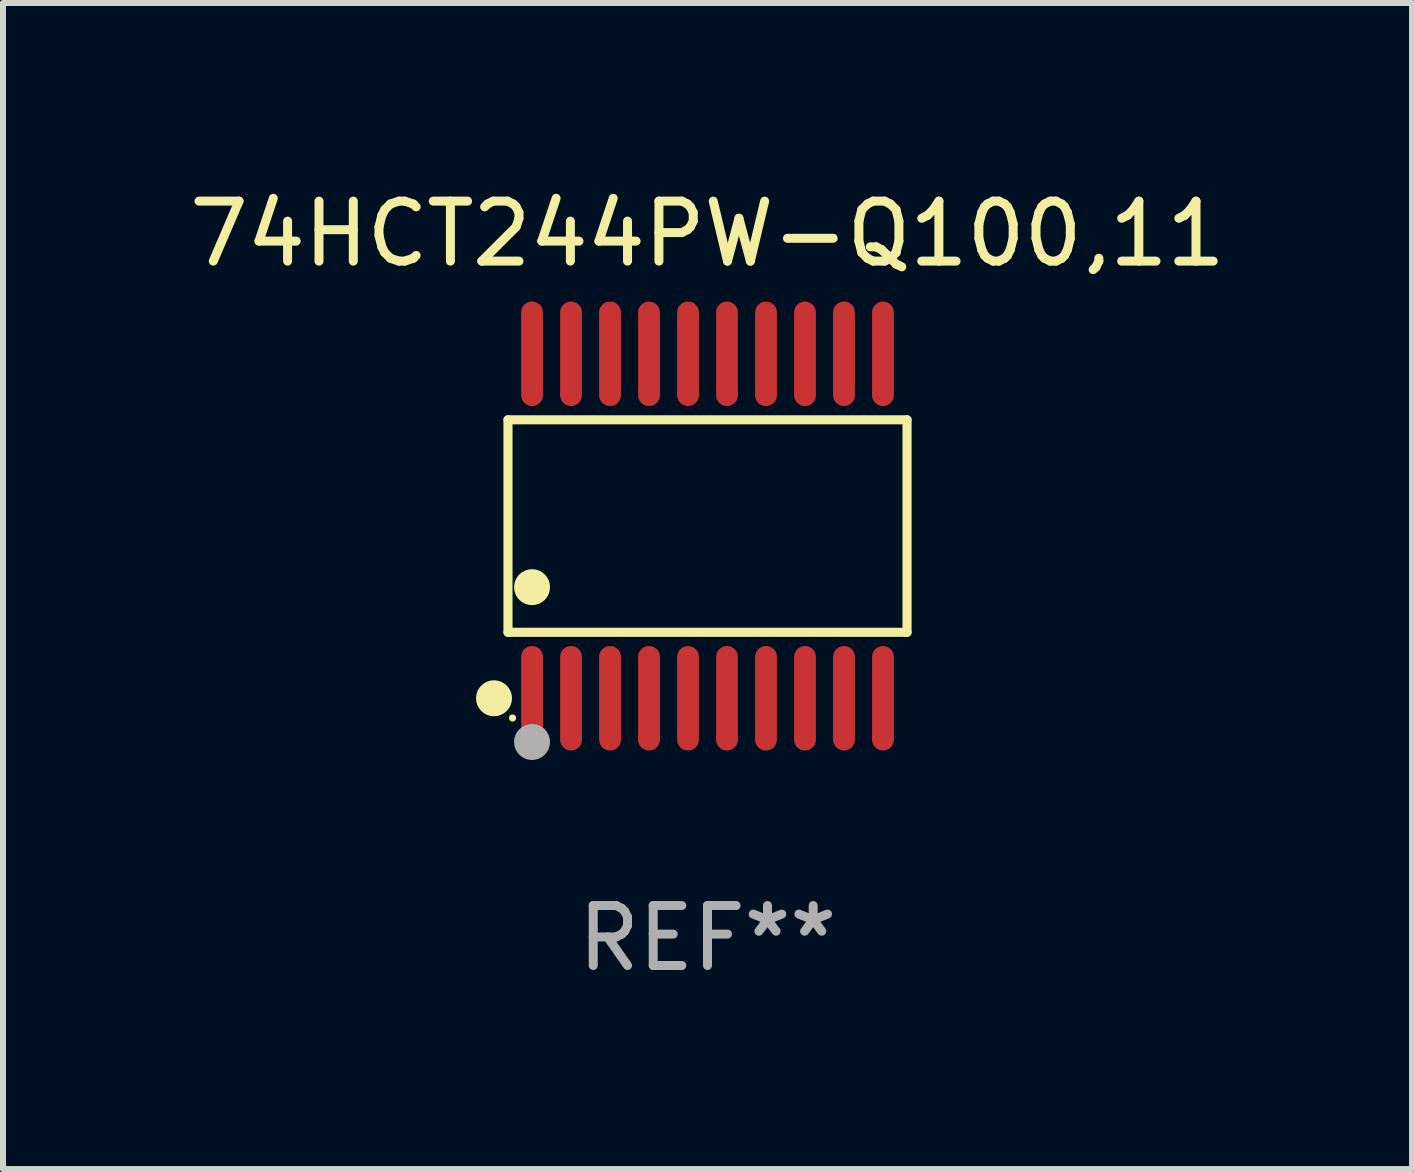
<source format=kicad_pcb>
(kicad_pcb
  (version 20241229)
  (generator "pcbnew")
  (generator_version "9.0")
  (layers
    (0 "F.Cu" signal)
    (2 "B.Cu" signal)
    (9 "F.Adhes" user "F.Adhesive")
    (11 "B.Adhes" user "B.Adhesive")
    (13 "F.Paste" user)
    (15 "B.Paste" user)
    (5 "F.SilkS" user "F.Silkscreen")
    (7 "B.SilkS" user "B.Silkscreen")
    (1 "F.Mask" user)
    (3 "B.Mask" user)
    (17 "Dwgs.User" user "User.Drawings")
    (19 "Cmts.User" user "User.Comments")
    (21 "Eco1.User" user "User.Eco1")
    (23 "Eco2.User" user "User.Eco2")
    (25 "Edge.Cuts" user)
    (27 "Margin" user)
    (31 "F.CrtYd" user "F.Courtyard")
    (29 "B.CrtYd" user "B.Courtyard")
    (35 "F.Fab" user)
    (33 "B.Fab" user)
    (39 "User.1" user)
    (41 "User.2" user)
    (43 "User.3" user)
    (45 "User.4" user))
  (footprint "74HCT244PW-Q100,11"
    (layer "F.Cu")
    (at 8.744 5.719)
    (property "Reference" "74HCT244PW-Q100,11" (at 0 -4.871 0) (layer "F.SilkS") (effects (font (size 1 1) (thickness 0.15))))
    (attr through_hole)
    (fp_line (start -3.326 -1.771) (end 3.326 -1.771) (stroke (width 0.152) (type solid)) (layer "F.SilkS"))
    (fp_line (start -3.326 1.771) (end -3.326 -1.771) (stroke (width 0.152) (type solid)) (layer "F.SilkS"))
    (fp_line (start 3.326 -1.771) (end 3.326 1.771) (stroke (width 0.152) (type solid)) (layer "F.SilkS"))
    (fp_line (start 3.326 1.771) (end -3.326 1.771) (stroke (width 0.152) (type solid)) (layer "F.SilkS"))
    (fp_circle (center -3.559 2.871) (end -3.409 2.871) (stroke (width 0.3) (type solid)) (fill no) (layer "F.SilkS"))
    (fp_circle (center -3.25 3.2) (end -3.22 3.2) (stroke (width 0.06) (type solid)) (fill no) (layer "F.SilkS"))
    (fp_circle (center -2.925 1.019) (end -2.775 1.019) (stroke (width 0.3) (type solid)) (fill no) (layer "F.SilkS"))
    (fp_circle (center -2.925 3.6) (end -2.775 3.6) (stroke (width 0.3) (type solid)) (fill no) (layer "F.Fab"))
    (fp_text user "REF**" (at 0 6.871 0) (layer "F.Fab") (effects (font (size 1 1) (thickness 0.15))))
    (pad "1" smd oval (at -2.925 2.871) (size 0.364 1.742) (layers "F.Cu" "F.Mask" "F.Paste"))
    (pad "2" smd oval (at -2.275 2.871) (size 0.364 1.742) (layers "F.Cu" "F.Mask" "F.Paste"))
    (pad "3" smd oval (at -1.625 2.871) (size 0.364 1.742) (layers "F.Cu" "F.Mask" "F.Paste"))
    (pad "4" smd oval (at -0.975 2.871) (size 0.364 1.742) (layers "F.Cu" "F.Mask" "F.Paste"))
    (pad "5" smd oval (at -0.325 2.871) (size 0.364 1.742) (layers "F.Cu" "F.Mask" "F.Paste"))
    (pad "6" smd oval (at 0.325 2.871) (size 0.364 1.742) (layers "F.Cu" "F.Mask" "F.Paste"))
    (pad "7" smd oval (at 0.975 2.871) (size 0.364 1.742) (layers "F.Cu" "F.Mask" "F.Paste"))
    (pad "8" smd oval (at 1.625 2.871) (size 0.364 1.742) (layers "F.Cu" "F.Mask" "F.Paste"))
    (pad "9" smd oval (at 2.275 2.871) (size 0.364 1.742) (layers "F.Cu" "F.Mask" "F.Paste"))
    (pad "10" smd oval (at 2.925 2.871) (size 0.364 1.742) (layers "F.Cu" "F.Mask" "F.Paste"))
    (pad "11" smd oval (at 2.925 -2.871) (size 0.364 1.742) (layers "F.Cu" "F.Mask" "F.Paste"))
    (pad "12" smd oval (at 2.275 -2.871) (size 0.364 1.742) (layers "F.Cu" "F.Mask" "F.Paste"))
    (pad "13" smd oval (at 1.625 -2.871) (size 0.364 1.742) (layers "F.Cu" "F.Mask" "F.Paste"))
    (pad "14" smd oval (at 0.975 -2.871) (size 0.364 1.742) (layers "F.Cu" "F.Mask" "F.Paste"))
    (pad "15" smd oval (at 0.325 -2.871) (size 0.364 1.742) (layers "F.Cu" "F.Mask" "F.Paste"))
    (pad "16" smd oval (at -0.325 -2.871) (size 0.364 1.742) (layers "F.Cu" "F.Mask" "F.Paste"))
    (pad "17" smd oval (at -0.975 -2.871) (size 0.364 1.742) (layers "F.Cu" "F.Mask" "F.Paste"))
    (pad "18" smd oval (at -1.625 -2.871) (size 0.364 1.742) (layers "F.Cu" "F.Mask" "F.Paste"))
    (pad "19" smd oval (at -2.275 -2.871) (size 0.364 1.742) (layers "F.Cu" "F.Mask" "F.Paste"))
    (pad "20" smd oval (at -2.925 -2.871) (size 0.364 1.742) (layers "F.Cu" "F.Mask" "F.Paste")))
  (gr_rect
    (start -3 -3)
    (end 20.488 16.438)
    (stroke (width 0.1) (type default))
    (fill no)
    (layer "Edge.Cuts")))
</source>
